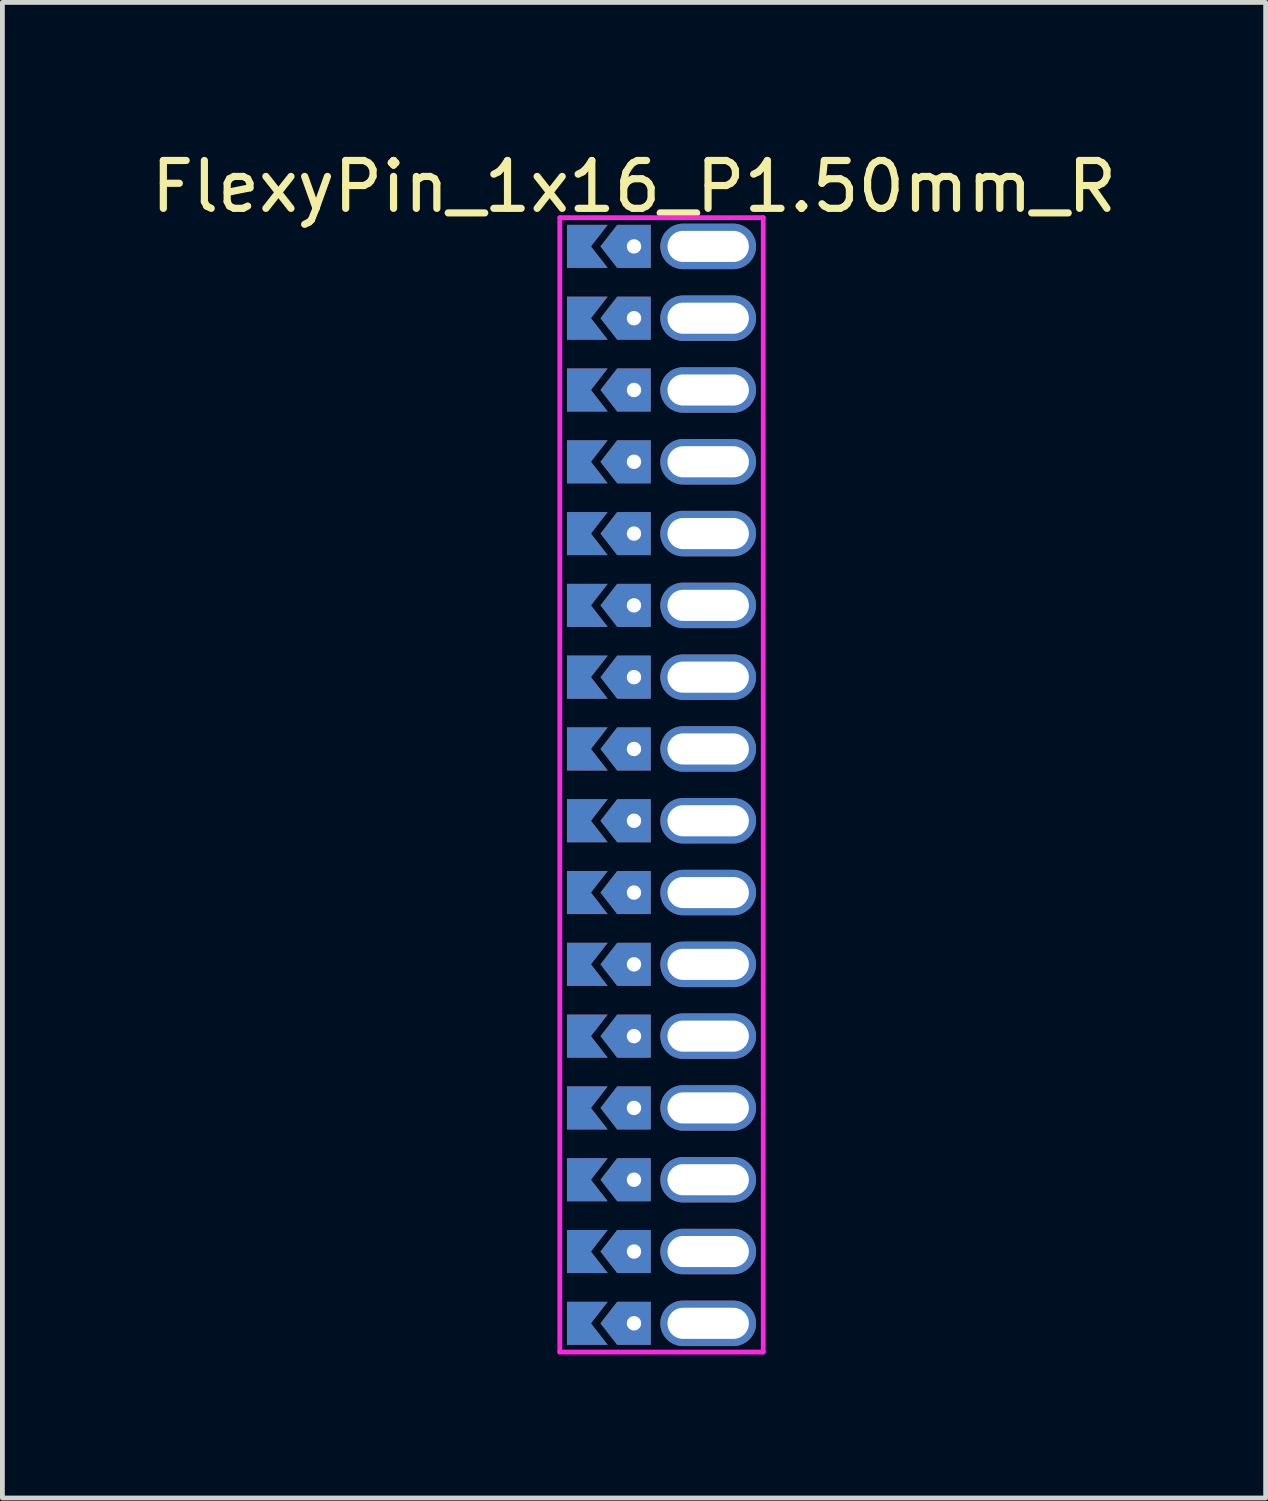
<source format=kicad_pcb>
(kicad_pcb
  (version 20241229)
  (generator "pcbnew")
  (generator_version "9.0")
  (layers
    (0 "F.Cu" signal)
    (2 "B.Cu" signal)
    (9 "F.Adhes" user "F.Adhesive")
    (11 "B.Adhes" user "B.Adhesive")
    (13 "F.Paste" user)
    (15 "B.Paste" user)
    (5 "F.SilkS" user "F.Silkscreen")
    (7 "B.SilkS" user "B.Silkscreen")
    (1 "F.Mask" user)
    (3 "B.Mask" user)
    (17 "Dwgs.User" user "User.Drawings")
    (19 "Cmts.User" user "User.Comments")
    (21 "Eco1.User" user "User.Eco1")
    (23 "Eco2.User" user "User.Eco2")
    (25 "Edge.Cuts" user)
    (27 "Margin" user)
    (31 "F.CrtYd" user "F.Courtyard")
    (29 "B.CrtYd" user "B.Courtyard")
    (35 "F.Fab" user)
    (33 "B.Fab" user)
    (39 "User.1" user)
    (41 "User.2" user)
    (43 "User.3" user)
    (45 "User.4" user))
  (footprint "FlexyPin_1x16_P1.50mm_R"
    (layer "F.Cu")
    (at 10.196 2.098)
    (property "Reference" "FlexyPin_1x16_P1.50mm_R" (at 0 -1.25 0) (layer "F.SilkS") (effects (font (size 1 1) (thickness 0.15))))
    (attr through_hole)
    (fp_line (start -1.55 -0.6) (end 2.7 -0.6) (stroke (width 0.1) (type solid)) (layer "F.CrtYd"))
    (fp_line (start -1.55 23.1) (end -1.55 -0.6) (stroke (width 0.1) (type solid)) (layer "F.CrtYd"))
    (fp_line (start 2.7 -0.6) (end 2.7 23.1) (stroke (width 0.1) (type solid)) (layer "F.CrtYd"))
    (fp_line (start 2.7 23.1) (end -1.55 23.1) (stroke (width 0.1) (type solid)) (layer "F.CrtYd"))
    (pad "" thru_hole custom (at 0 0) (size 0.3 0.3) (drill 0.6) (layers "*.Cu" "*.Mask") (options (anchor rect)) (primitives (gr_poly (pts (xy 0.35 0.45) (xy 0.35 -0.45) (xy -0.35 -0.45) (xy -0.7 0) (xy -0.35 0.45)) (width 0) (fill yes))))
    (pad "" thru_hole custom (at 0 1.5) (size 0.3 0.3) (drill 0.6) (layers "*.Cu" "*.Mask") (options (anchor rect)) (primitives (gr_poly (pts (xy 0.35 0.45) (xy 0.35 -0.45) (xy -0.35 -0.45) (xy -0.7 0) (xy -0.35 0.45)) (width 0) (fill yes))))
    (pad "" thru_hole custom (at 0 3) (size 0.3 0.3) (drill 0.6) (layers "*.Cu" "*.Mask") (options (anchor rect)) (primitives (gr_poly (pts (xy 0.35 0.45) (xy 0.35 -0.45) (xy -0.35 -0.45) (xy -0.7 0) (xy -0.35 0.45)) (width 0) (fill yes))))
    (pad "" thru_hole custom (at 0 4.5) (size 0.3 0.3) (drill 0.6) (layers "*.Cu" "*.Mask") (options (anchor rect)) (primitives (gr_poly (pts (xy 0.35 0.45) (xy 0.35 -0.45) (xy -0.35 -0.45) (xy -0.7 0) (xy -0.35 0.45)) (width 0) (fill yes))))
    (pad "" thru_hole custom (at 0 6) (size 0.3 0.3) (drill 0.6) (layers "*.Cu" "*.Mask") (options (anchor rect)) (primitives (gr_poly (pts (xy 0.35 0.45) (xy 0.35 -0.45) (xy -0.35 -0.45) (xy -0.7 0) (xy -0.35 0.45)) (width 0) (fill yes))))
    (pad "" thru_hole custom (at 0 7.5) (size 0.3 0.3) (drill 0.6) (layers "*.Cu" "*.Mask") (options (anchor rect)) (primitives (gr_poly (pts (xy 0.35 0.45) (xy 0.35 -0.45) (xy -0.35 -0.45) (xy -0.7 0) (xy -0.35 0.45)) (width 0) (fill yes))))
    (pad "" thru_hole custom (at 0 9) (size 0.3 0.3) (drill 0.6) (layers "*.Cu" "*.Mask") (options (anchor rect)) (primitives (gr_poly (pts (xy 0.35 0.45) (xy 0.35 -0.45) (xy -0.35 -0.45) (xy -0.7 0) (xy -0.35 0.45)) (width 0) (fill yes))))
    (pad "" thru_hole custom (at 0 10.5) (size 0.3 0.3) (drill 0.6) (layers "*.Cu" "*.Mask") (options (anchor rect)) (primitives (gr_poly (pts (xy 0.35 0.45) (xy 0.35 -0.45) (xy -0.35 -0.45) (xy -0.7 0) (xy -0.35 0.45)) (width 0) (fill yes))))
    (pad "" thru_hole custom (at 0 12) (size 0.3 0.3) (drill 0.6) (layers "*.Cu" "*.Mask") (options (anchor rect)) (primitives (gr_poly (pts (xy 0.35 0.45) (xy 0.35 -0.45) (xy -0.35 -0.45) (xy -0.7 0) (xy -0.35 0.45)) (width 0) (fill yes))))
    (pad "" thru_hole custom (at 0 13.5) (size 0.3 0.3) (drill 0.6) (layers "*.Cu" "*.Mask") (options (anchor rect)) (primitives (gr_poly (pts (xy 0.35 0.45) (xy 0.35 -0.45) (xy -0.35 -0.45) (xy -0.7 0) (xy -0.35 0.45)) (width 0) (fill yes))))
    (pad "" thru_hole custom (at 0 15) (size 0.3 0.3) (drill 0.6) (layers "*.Cu" "*.Mask") (options (anchor rect)) (primitives (gr_poly (pts (xy 0.35 0.45) (xy 0.35 -0.45) (xy -0.35 -0.45) (xy -0.7 0) (xy -0.35 0.45)) (width 0) (fill yes))))
    (pad "" thru_hole custom (at 0 16.5) (size 0.3 0.3) (drill 0.6) (layers "*.Cu" "*.Mask") (options (anchor rect)) (primitives (gr_poly (pts (xy 0.35 0.45) (xy 0.35 -0.45) (xy -0.35 -0.45) (xy -0.7 0) (xy -0.35 0.45)) (width 0) (fill yes))))
    (pad "" thru_hole custom (at 0 18) (size 0.3 0.3) (drill 0.6) (layers "*.Cu" "*.Mask") (options (anchor rect)) (primitives (gr_poly (pts (xy 0.35 0.45) (xy 0.35 -0.45) (xy -0.35 -0.45) (xy -0.7 0) (xy -0.35 0.45)) (width 0) (fill yes))))
    (pad "" thru_hole custom (at 0 19.5) (size 0.3 0.3) (drill 0.6) (layers "*.Cu" "*.Mask") (options (anchor rect)) (primitives (gr_poly (pts (xy 0.35 0.45) (xy 0.35 -0.45) (xy -0.35 -0.45) (xy -0.7 0) (xy -0.35 0.45)) (width 0) (fill yes))))
    (pad "" thru_hole custom (at 0 21) (size 0.3 0.3) (drill 0.6) (layers "*.Cu" "*.Mask") (options (anchor rect)) (primitives (gr_poly (pts (xy 0.35 0.45) (xy 0.35 -0.45) (xy -0.35 -0.45) (xy -0.7 0) (xy -0.35 0.45)) (width 0) (fill yes))))
    (pad "" thru_hole custom (at 0 22.5) (size 0.3 0.3) (drill 0.6) (layers "*.Cu" "*.Mask") (options (anchor rect)) (primitives (gr_poly (pts (xy 0.35 0.45) (xy 0.35 -0.45) (xy -0.35 -0.45) (xy -0.7 0) (xy -0.35 0.45)) (width 0) (fill yes))))
    (pad "" thru_hole oval (at 1.55 0) (size 2 0.95) (drill oval 1.7 0.65) (layers "*.Cu" "*.Mask"))
    (pad "" thru_hole oval (at 1.55 1.5) (size 2 0.95) (drill oval 1.7 0.65) (layers "*.Cu" "*.Mask"))
    (pad "" thru_hole oval (at 1.55 3) (size 2 0.95) (drill oval 1.7 0.65) (layers "*.Cu" "*.Mask"))
    (pad "" thru_hole oval (at 1.55 4.5) (size 2 0.95) (drill oval 1.7 0.65) (layers "*.Cu" "*.Mask"))
    (pad "" thru_hole oval (at 1.55 6) (size 2 0.95) (drill oval 1.7 0.65) (layers "*.Cu" "*.Mask"))
    (pad "" thru_hole oval (at 1.55 7.5) (size 2 0.95) (drill oval 1.7 0.65) (layers "*.Cu" "*.Mask"))
    (pad "" thru_hole oval (at 1.55 9) (size 2 0.95) (drill oval 1.7 0.65) (layers "*.Cu" "*.Mask"))
    (pad "" thru_hole oval (at 1.55 10.5) (size 2 0.95) (drill oval 1.7 0.65) (layers "*.Cu" "*.Mask"))
    (pad "" thru_hole oval (at 1.55 12) (size 2 0.95) (drill oval 1.7 0.65) (layers "*.Cu" "*.Mask"))
    (pad "" thru_hole oval (at 1.55 13.5) (size 2 0.95) (drill oval 1.7 0.65) (layers "*.Cu" "*.Mask"))
    (pad "" thru_hole oval (at 1.55 15) (size 2 0.95) (drill oval 1.7 0.65) (layers "*.Cu" "*.Mask"))
    (pad "" thru_hole oval (at 1.55 16.5) (size 2 0.95) (drill oval 1.7 0.65) (layers "*.Cu" "*.Mask"))
    (pad "" thru_hole oval (at 1.55 18) (size 2 0.95) (drill oval 1.7 0.65) (layers "*.Cu" "*.Mask"))
    (pad "" thru_hole oval (at 1.55 19.5) (size 2 0.95) (drill oval 1.7 0.65) (layers "*.Cu" "*.Mask"))
    (pad "" thru_hole oval (at 1.55 21) (size 2 0.95) (drill oval 1.7 0.65) (layers "*.Cu" "*.Mask"))
    (pad "" thru_hole oval (at 1.55 22.5) (size 2 0.95) (drill oval 1.7 0.65) (layers "*.Cu" "*.Mask"))
    (pad "1" smd custom (at -0.9 0) (size 0.01 0.01) (layers "F.Cu" "F.Mask") (options (anchor rect)) (primitives (gr_poly (pts (xy 0 0) (xy 0.35 0.45) (xy -0.5 0.45) (xy -0.5 -0.45) (xy 0.35 -0.45)) (width 0) (fill yes))))
    (pad "1" smd custom (at -0.9 1.5) (size 0.01 0.01) (layers "F.Cu" "F.Mask") (options (anchor rect)) (primitives (gr_poly (pts (xy 0 0) (xy 0.35 0.45) (xy -0.5 0.45) (xy -0.5 -0.45) (xy 0.35 -0.45)) (width 0) (fill yes))))
    (pad "1" smd custom (at -0.9 3) (size 0.01 0.01) (layers "F.Cu" "F.Mask") (options (anchor rect)) (primitives (gr_poly (pts (xy 0 0) (xy 0.35 0.45) (xy -0.5 0.45) (xy -0.5 -0.45) (xy 0.35 -0.45)) (width 0) (fill yes))))
    (pad "1" smd custom (at -0.9 4.5) (size 0.01 0.01) (layers "F.Cu" "F.Mask") (options (anchor rect)) (primitives (gr_poly (pts (xy 0 0) (xy 0.35 0.45) (xy -0.5 0.45) (xy -0.5 -0.45) (xy 0.35 -0.45)) (width 0) (fill yes))))
    (pad "1" smd custom (at -0.9 6) (size 0.01 0.01) (layers "F.Cu" "F.Mask") (options (anchor rect)) (primitives (gr_poly (pts (xy 0 0) (xy 0.35 0.45) (xy -0.5 0.45) (xy -0.5 -0.45) (xy 0.35 -0.45)) (width 0) (fill yes))))
    (pad "1" smd custom (at -0.9 7.5) (size 0.01 0.01) (layers "F.Cu" "F.Mask") (options (anchor rect)) (primitives (gr_poly (pts (xy 0 0) (xy 0.35 0.45) (xy -0.5 0.45) (xy -0.5 -0.45) (xy 0.35 -0.45)) (width 0) (fill yes))))
    (pad "1" smd custom (at -0.9 9) (size 0.01 0.01) (layers "F.Cu" "F.Mask") (options (anchor rect)) (primitives (gr_poly (pts (xy 0 0) (xy 0.35 0.45) (xy -0.5 0.45) (xy -0.5 -0.45) (xy 0.35 -0.45)) (width 0) (fill yes))))
    (pad "1" smd custom (at -0.9 10.5) (size 0.01 0.01) (layers "F.Cu" "F.Mask") (options (anchor rect)) (primitives (gr_poly (pts (xy 0 0) (xy 0.35 0.45) (xy -0.5 0.45) (xy -0.5 -0.45) (xy 0.35 -0.45)) (width 0) (fill yes))))
    (pad "1" smd custom (at -0.9 12) (size 0.01 0.01) (layers "F.Cu" "F.Mask") (options (anchor rect)) (primitives (gr_poly (pts (xy 0 0) (xy 0.35 0.45) (xy -0.5 0.45) (xy -0.5 -0.45) (xy 0.35 -0.45)) (width 0) (fill yes))))
    (pad "1" smd custom (at -0.9 13.5) (size 0.01 0.01) (layers "F.Cu" "F.Mask") (options (anchor rect)) (primitives (gr_poly (pts (xy 0 0) (xy 0.35 0.45) (xy -0.5 0.45) (xy -0.5 -0.45) (xy 0.35 -0.45)) (width 0) (fill yes))))
    (pad "1" smd custom (at -0.9 15) (size 0.01 0.01) (layers "F.Cu" "F.Mask") (options (anchor rect)) (primitives (gr_poly (pts (xy 0 0) (xy 0.35 0.45) (xy -0.5 0.45) (xy -0.5 -0.45) (xy 0.35 -0.45)) (width 0) (fill yes))))
    (pad "1" smd custom (at -0.9 16.5) (size 0.01 0.01) (layers "F.Cu" "F.Mask") (options (anchor rect)) (primitives (gr_poly (pts (xy 0 0) (xy 0.35 0.45) (xy -0.5 0.45) (xy -0.5 -0.45) (xy 0.35 -0.45)) (width 0) (fill yes))))
    (pad "1" smd custom (at -0.9 18) (size 0.01 0.01) (layers "F.Cu" "F.Mask") (options (anchor rect)) (primitives (gr_poly (pts (xy 0 0) (xy 0.35 0.45) (xy -0.5 0.45) (xy -0.5 -0.45) (xy 0.35 -0.45)) (width 0) (fill yes))))
    (pad "1" smd custom (at -0.9 19.5) (size 0.01 0.01) (layers "F.Cu" "F.Mask") (options (anchor rect)) (primitives (gr_poly (pts (xy 0 0) (xy 0.35 0.45) (xy -0.5 0.45) (xy -0.5 -0.45) (xy 0.35 -0.45)) (width 0) (fill yes))))
    (pad "1" smd custom (at -0.9 21) (size 0.01 0.01) (layers "F.Cu" "F.Mask") (options (anchor rect)) (primitives (gr_poly (pts (xy 0 0) (xy 0.35 0.45) (xy -0.5 0.45) (xy -0.5 -0.45) (xy 0.35 -0.45)) (width 0) (fill yes))))
    (pad "1" smd custom (at -0.9 22.5) (size 0.01 0.01) (layers "F.Cu" "F.Mask") (options (anchor rect)) (primitives (gr_poly (pts (xy 0 0) (xy 0.35 0.45) (xy -0.5 0.45) (xy -0.5 -0.45) (xy 0.35 -0.45)) (width 0) (fill yes))))
    (pad "2" smd custom (at -0.9 0) (size 0.01 0.01) (layers "B.Cu" "B.Mask") (options (anchor rect)) (primitives (gr_poly (pts (xy 0 0) (xy 0.35 0.45) (xy -0.5 0.45) (xy -0.5 -0.45) (xy 0.35 -0.45)) (width 0) (fill yes))))
    (pad "2" smd custom (at -0.9 1.5) (size 0.01 0.01) (layers "B.Cu" "B.Mask") (options (anchor rect)) (primitives (gr_poly (pts (xy 0 0) (xy 0.35 0.45) (xy -0.5 0.45) (xy -0.5 -0.45) (xy 0.35 -0.45)) (width 0) (fill yes))))
    (pad "2" smd custom (at -0.9 3) (size 0.01 0.01) (layers "B.Cu" "B.Mask") (options (anchor rect)) (primitives (gr_poly (pts (xy 0 0) (xy 0.35 0.45) (xy -0.5 0.45) (xy -0.5 -0.45) (xy 0.35 -0.45)) (width 0) (fill yes))))
    (pad "2" smd custom (at -0.9 4.5) (size 0.01 0.01) (layers "B.Cu" "B.Mask") (options (anchor rect)) (primitives (gr_poly (pts (xy 0 0) (xy 0.35 0.45) (xy -0.5 0.45) (xy -0.5 -0.45) (xy 0.35 -0.45)) (width 0) (fill yes))))
    (pad "2" smd custom (at -0.9 6) (size 0.01 0.01) (layers "B.Cu" "B.Mask") (options (anchor rect)) (primitives (gr_poly (pts (xy 0 0) (xy 0.35 0.45) (xy -0.5 0.45) (xy -0.5 -0.45) (xy 0.35 -0.45)) (width 0) (fill yes))))
    (pad "2" smd custom (at -0.9 7.5) (size 0.01 0.01) (layers "B.Cu" "B.Mask") (options (anchor rect)) (primitives (gr_poly (pts (xy 0 0) (xy 0.35 0.45) (xy -0.5 0.45) (xy -0.5 -0.45) (xy 0.35 -0.45)) (width 0) (fill yes))))
    (pad "2" smd custom (at -0.9 9) (size 0.01 0.01) (layers "B.Cu" "B.Mask") (options (anchor rect)) (primitives (gr_poly (pts (xy 0 0) (xy 0.35 0.45) (xy -0.5 0.45) (xy -0.5 -0.45) (xy 0.35 -0.45)) (width 0) (fill yes))))
    (pad "2" smd custom (at -0.9 10.5) (size 0.01 0.01) (layers "B.Cu" "B.Mask") (options (anchor rect)) (primitives (gr_poly (pts (xy 0 0) (xy 0.35 0.45) (xy -0.5 0.45) (xy -0.5 -0.45) (xy 0.35 -0.45)) (width 0) (fill yes))))
    (pad "2" smd custom (at -0.9 12) (size 0.01 0.01) (layers "B.Cu" "B.Mask") (options (anchor rect)) (primitives (gr_poly (pts (xy 0 0) (xy 0.35 0.45) (xy -0.5 0.45) (xy -0.5 -0.45) (xy 0.35 -0.45)) (width 0) (fill yes))))
    (pad "2" smd custom (at -0.9 13.5) (size 0.01 0.01) (layers "B.Cu" "B.Mask") (options (anchor rect)) (primitives (gr_poly (pts (xy 0 0) (xy 0.35 0.45) (xy -0.5 0.45) (xy -0.5 -0.45) (xy 0.35 -0.45)) (width 0) (fill yes))))
    (pad "2" smd custom (at -0.9 15) (size 0.01 0.01) (layers "B.Cu" "B.Mask") (options (anchor rect)) (primitives (gr_poly (pts (xy 0 0) (xy 0.35 0.45) (xy -0.5 0.45) (xy -0.5 -0.45) (xy 0.35 -0.45)) (width 0) (fill yes))))
    (pad "2" smd custom (at -0.9 16.5) (size 0.01 0.01) (layers "B.Cu" "B.Mask") (options (anchor rect)) (primitives (gr_poly (pts (xy 0 0) (xy 0.35 0.45) (xy -0.5 0.45) (xy -0.5 -0.45) (xy 0.35 -0.45)) (width 0) (fill yes))))
    (pad "2" smd custom (at -0.9 18) (size 0.01 0.01) (layers "B.Cu" "B.Mask") (options (anchor rect)) (primitives (gr_poly (pts (xy 0 0) (xy 0.35 0.45) (xy -0.5 0.45) (xy -0.5 -0.45) (xy 0.35 -0.45)) (width 0) (fill yes))))
    (pad "2" smd custom (at -0.9 19.5) (size 0.01 0.01) (layers "B.Cu" "B.Mask") (options (anchor rect)) (primitives (gr_poly (pts (xy 0 0) (xy 0.35 0.45) (xy -0.5 0.45) (xy -0.5 -0.45) (xy 0.35 -0.45)) (width 0) (fill yes))))
    (pad "2" smd custom (at -0.9 21) (size 0.01 0.01) (layers "B.Cu" "B.Mask") (options (anchor rect)) (primitives (gr_poly (pts (xy 0 0) (xy 0.35 0.45) (xy -0.5 0.45) (xy -0.5 -0.45) (xy 0.35 -0.45)) (width 0) (fill yes))))
    (pad "2" smd custom (at -0.9 22.5) (size 0.01 0.01) (layers "B.Cu" "B.Mask") (options (anchor rect)) (primitives (gr_poly (pts (xy 0 0) (xy 0.35 0.45) (xy -0.5 0.45) (xy -0.5 -0.45) (xy 0.35 -0.45)) (width 0) (fill yes)))))
  (gr_rect
    (start -3 -3)
    (end 23.393 28.248)
    (stroke (width 0.1) (type default))
    (fill no)
    (layer "Edge.Cuts")))
</source>
